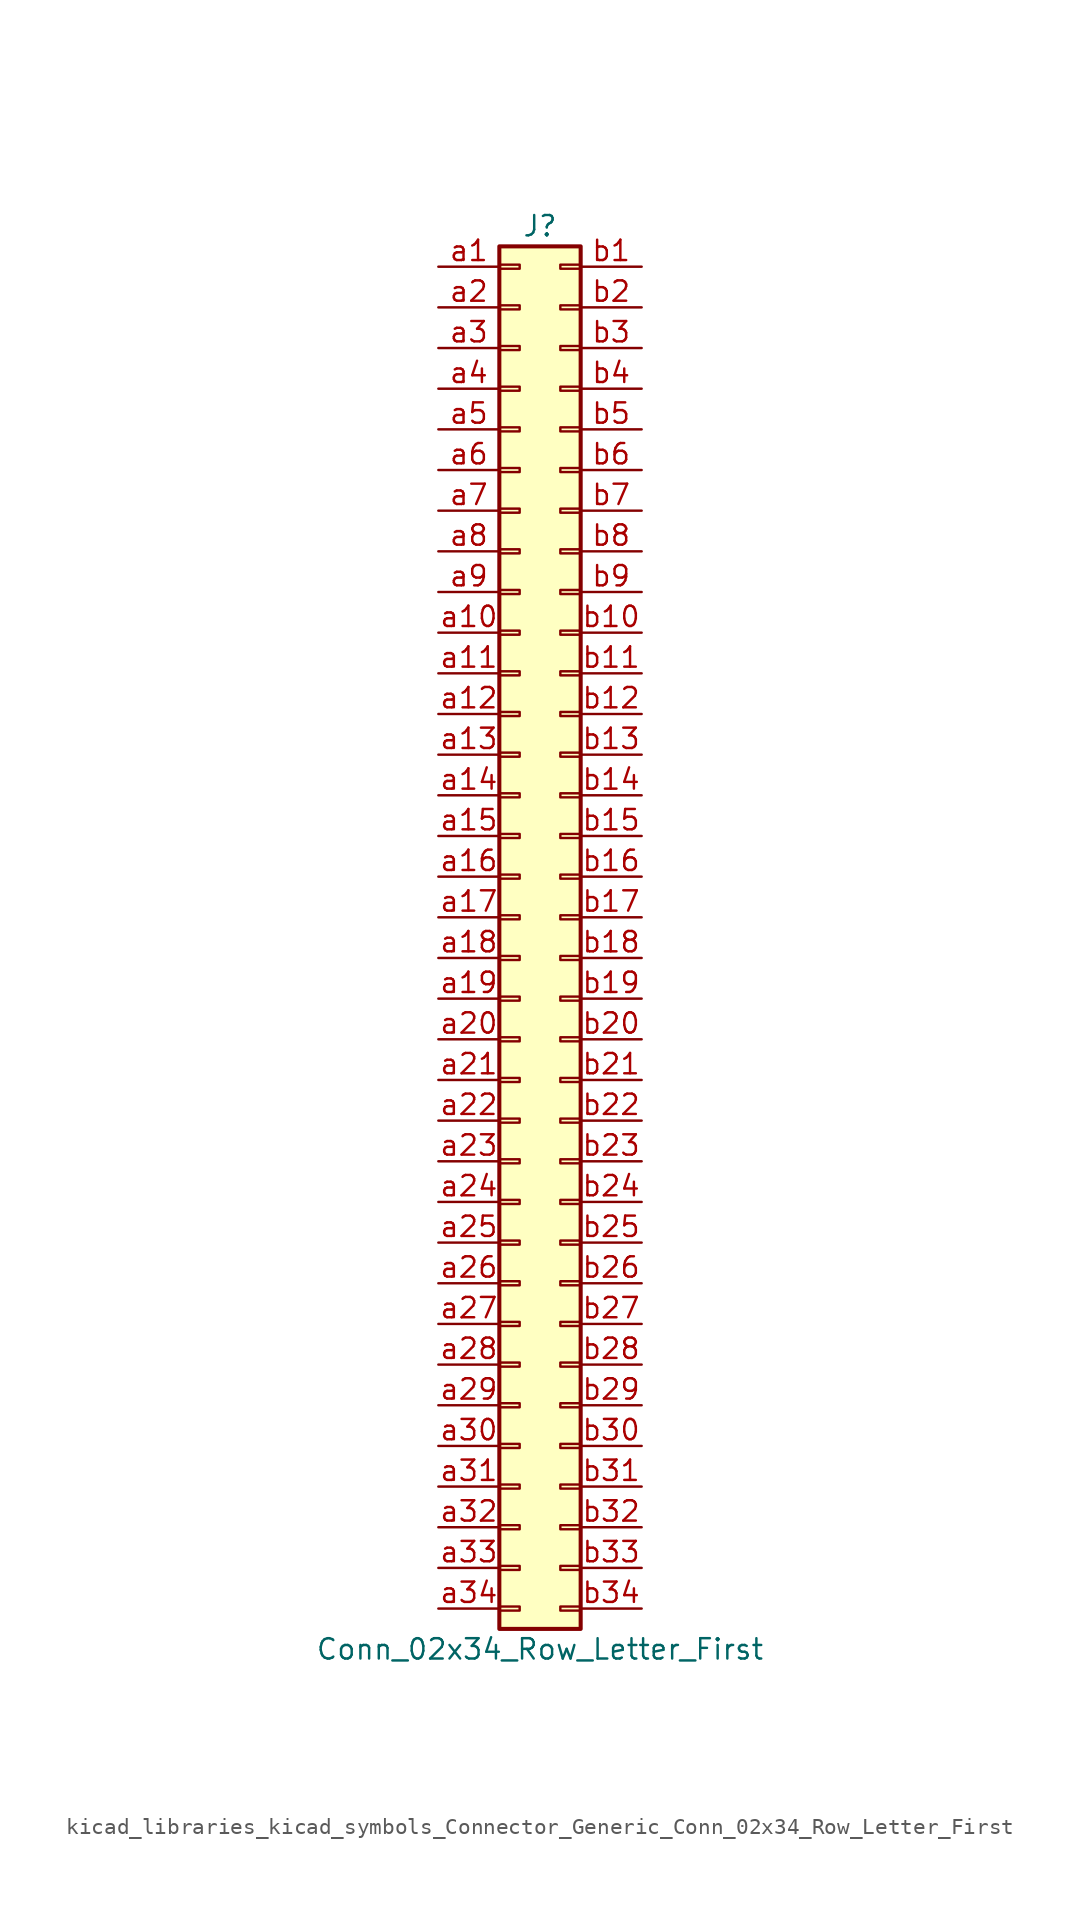
<source format=kicad_sym>
(kicad_symbol_lib
  (version 20220914)
  (generator kicad_symbol_editor)
  (symbol "kicad_libraries_kicad_symbols_Connector_Generic_Conn_02x34_Row_Letter_First"
    (pin_names
      (offset 1.016) hide)
    (property "Reference" "J"
      (at 1.27 43.18 0)
      (effects (font (size 1.27 1.27))))
    (property "Value" "Conn_02x34_Row_Letter_First"
      (at 1.27 -45.72 0)
      (effects (font (size 1.27 1.27))))
    (symbol "kicad_libraries_kicad_symbols_Connector_Generic_Conn_02x34_Row_Letter_First_1_1"
      (rectangle (start -1.27 -43.053) (end 0 -43.307) (stroke (width 0.152) (type default)) (fill (type none)))
      (rectangle (start -1.27 -40.513) (end 0 -40.767) (stroke (width 0.152) (type default)) (fill (type none)))
      (rectangle (start -1.27 -37.973) (end 0 -38.227) (stroke (width 0.152) (type default)) (fill (type none)))
      (rectangle (start -1.27 -35.433) (end 0 -35.687) (stroke (width 0.152) (type default)) (fill (type none)))
      (rectangle (start -1.27 -32.893) (end 0 -33.147) (stroke (width 0.152) (type default)) (fill (type none)))
      (rectangle (start -1.27 -30.353) (end 0 -30.607) (stroke (width 0.152) (type default)) (fill (type none)))
      (rectangle (start -1.27 -27.813) (end 0 -28.067) (stroke (width 0.152) (type default)) (fill (type none)))
      (rectangle (start -1.27 -25.273) (end 0 -25.527) (stroke (width 0.152) (type default)) (fill (type none)))
      (rectangle (start -1.27 -22.733) (end 0 -22.987) (stroke (width 0.152) (type default)) (fill (type none)))
      (rectangle (start -1.27 -20.193) (end 0 -20.447) (stroke (width 0.152) (type default)) (fill (type none)))
      (rectangle (start -1.27 -17.653) (end 0 -17.907) (stroke (width 0.152) (type default)) (fill (type none)))
      (rectangle (start -1.27 -15.113) (end 0 -15.367) (stroke (width 0.152) (type default)) (fill (type none)))
      (rectangle (start -1.27 -12.573) (end 0 -12.827) (stroke (width 0.152) (type default)) (fill (type none)))
      (rectangle (start -1.27 -10.033) (end 0 -10.287) (stroke (width 0.152) (type default)) (fill (type none)))
      (rectangle (start -1.27 -7.493) (end 0 -7.747) (stroke (width 0.152) (type default)) (fill (type none)))
      (rectangle (start -1.27 -4.953) (end 0 -5.207) (stroke (width 0.152) (type default)) (fill (type none)))
      (rectangle (start -1.27 -2.413) (end 0 -2.667) (stroke (width 0.152) (type default)) (fill (type none)))
      (rectangle (start -1.27 0.127) (end 0 -0.127) (stroke (width 0.152) (type default)) (fill (type none)))
      (rectangle (start -1.27 2.667) (end 0 2.413) (stroke (width 0.152) (type default)) (fill (type none)))
      (rectangle (start -1.27 5.207) (end 0 4.953) (stroke (width 0.152) (type default)) (fill (type none)))
      (rectangle (start -1.27 7.747) (end 0 7.493) (stroke (width 0.152) (type default)) (fill (type none)))
      (rectangle (start -1.27 10.287) (end 0 10.033) (stroke (width 0.152) (type default)) (fill (type none)))
      (rectangle (start -1.27 12.827) (end 0 12.573) (stroke (width 0.152) (type default)) (fill (type none)))
      (rectangle (start -1.27 15.367) (end 0 15.113) (stroke (width 0.152) (type default)) (fill (type none)))
      (rectangle (start -1.27 17.907) (end 0 17.653) (stroke (width 0.152) (type default)) (fill (type none)))
      (rectangle (start -1.27 20.447) (end 0 20.193) (stroke (width 0.152) (type default)) (fill (type none)))
      (rectangle (start -1.27 22.987) (end 0 22.733) (stroke (width 0.152) (type default)) (fill (type none)))
      (rectangle (start -1.27 25.527) (end 0 25.273) (stroke (width 0.152) (type default)) (fill (type none)))
      (rectangle (start -1.27 28.067) (end 0 27.813) (stroke (width 0.152) (type default)) (fill (type none)))
      (rectangle (start -1.27 30.607) (end 0 30.353) (stroke (width 0.152) (type default)) (fill (type none)))
      (rectangle (start -1.27 33.147) (end 0 32.893) (stroke (width 0.152) (type default)) (fill (type none)))
      (rectangle (start -1.27 35.687) (end 0 35.433) (stroke (width 0.152) (type default)) (fill (type none)))
      (rectangle (start -1.27 38.227) (end 0 37.973) (stroke (width 0.152) (type default)) (fill (type none)))
      (rectangle (start -1.27 40.767) (end 0 40.513) (stroke (width 0.152) (type default)) (fill (type none)))
      (rectangle (start -1.27 41.91) (end 3.81 -44.45) (stroke (width 0.254) (type default)) (fill (type background)))
      (rectangle (start 3.81 -43.053) (end 2.54 -43.307) (stroke (width 0.152) (type default)) (fill (type none)))
      (rectangle (start 3.81 -40.513) (end 2.54 -40.767) (stroke (width 0.152) (type default)) (fill (type none)))
      (rectangle (start 3.81 -37.973) (end 2.54 -38.227) (stroke (width 0.152) (type default)) (fill (type none)))
      (rectangle (start 3.81 -35.433) (end 2.54 -35.687) (stroke (width 0.152) (type default)) (fill (type none)))
      (rectangle (start 3.81 -32.893) (end 2.54 -33.147) (stroke (width 0.152) (type default)) (fill (type none)))
      (rectangle (start 3.81 -30.353) (end 2.54 -30.607) (stroke (width 0.152) (type default)) (fill (type none)))
      (rectangle (start 3.81 -27.813) (end 2.54 -28.067) (stroke (width 0.152) (type default)) (fill (type none)))
      (rectangle (start 3.81 -25.273) (end 2.54 -25.527) (stroke (width 0.152) (type default)) (fill (type none)))
      (rectangle (start 3.81 -22.733) (end 2.54 -22.987) (stroke (width 0.152) (type default)) (fill (type none)))
      (rectangle (start 3.81 -20.193) (end 2.54 -20.447) (stroke (width 0.152) (type default)) (fill (type none)))
      (rectangle (start 3.81 -17.653) (end 2.54 -17.907) (stroke (width 0.152) (type default)) (fill (type none)))
      (rectangle (start 3.81 -15.113) (end 2.54 -15.367) (stroke (width 0.152) (type default)) (fill (type none)))
      (rectangle (start 3.81 -12.573) (end 2.54 -12.827) (stroke (width 0.152) (type default)) (fill (type none)))
      (rectangle (start 3.81 -10.033) (end 2.54 -10.287) (stroke (width 0.152) (type default)) (fill (type none)))
      (rectangle (start 3.81 -7.493) (end 2.54 -7.747) (stroke (width 0.152) (type default)) (fill (type none)))
      (rectangle (start 3.81 -4.953) (end 2.54 -5.207) (stroke (width 0.152) (type default)) (fill (type none)))
      (rectangle (start 3.81 -2.413) (end 2.54 -2.667) (stroke (width 0.152) (type default)) (fill (type none)))
      (rectangle (start 3.81 0.127) (end 2.54 -0.127) (stroke (width 0.152) (type default)) (fill (type none)))
      (rectangle (start 3.81 2.667) (end 2.54 2.413) (stroke (width 0.152) (type default)) (fill (type none)))
      (rectangle (start 3.81 5.207) (end 2.54 4.953) (stroke (width 0.152) (type default)) (fill (type none)))
      (rectangle (start 3.81 7.747) (end 2.54 7.493) (stroke (width 0.152) (type default)) (fill (type none)))
      (rectangle (start 3.81 10.287) (end 2.54 10.033) (stroke (width 0.152) (type default)) (fill (type none)))
      (rectangle (start 3.81 12.827) (end 2.54 12.573) (stroke (width 0.152) (type default)) (fill (type none)))
      (rectangle (start 3.81 15.367) (end 2.54 15.113) (stroke (width 0.152) (type default)) (fill (type none)))
      (rectangle (start 3.81 17.907) (end 2.54 17.653) (stroke (width 0.152) (type default)) (fill (type none)))
      (rectangle (start 3.81 20.447) (end 2.54 20.193) (stroke (width 0.152) (type default)) (fill (type none)))
      (rectangle (start 3.81 22.987) (end 2.54 22.733) (stroke (width 0.152) (type default)) (fill (type none)))
      (rectangle (start 3.81 25.527) (end 2.54 25.273) (stroke (width 0.152) (type default)) (fill (type none)))
      (rectangle (start 3.81 28.067) (end 2.54 27.813) (stroke (width 0.152) (type default)) (fill (type none)))
      (rectangle (start 3.81 30.607) (end 2.54 30.353) (stroke (width 0.152) (type default)) (fill (type none)))
      (rectangle (start 3.81 33.147) (end 2.54 32.893) (stroke (width 0.152) (type default)) (fill (type none)))
      (rectangle (start 3.81 35.687) (end 2.54 35.433) (stroke (width 0.152) (type default)) (fill (type none)))
      (rectangle (start 3.81 38.227) (end 2.54 37.973) (stroke (width 0.152) (type default)) (fill (type none)))
      (rectangle (start 3.81 40.767) (end 2.54 40.513) (stroke (width 0.152) (type default)) (fill (type none)))
      (pin passive line (at -5.08 40.64 0) (length 3.81) (name "Pin_a1" (effects (font (size 1.27 1.27)))) (number "a1" (effects (font (size 1.27 1.27)))))
      (pin passive line (at -5.08 17.78 0) (length 3.81) (name "Pin_a10" (effects (font (size 1.27 1.27)))) (number "a10" (effects (font (size 1.27 1.27)))))
      (pin passive line (at -5.08 15.24 0) (length 3.81) (name "Pin_a11" (effects (font (size 1.27 1.27)))) (number "a11" (effects (font (size 1.27 1.27)))))
      (pin passive line (at -5.08 12.7 0) (length 3.81) (name "Pin_a12" (effects (font (size 1.27 1.27)))) (number "a12" (effects (font (size 1.27 1.27)))))
      (pin passive line (at -5.08 10.16 0) (length 3.81) (name "Pin_a13" (effects (font (size 1.27 1.27)))) (number "a13" (effects (font (size 1.27 1.27)))))
      (pin passive line (at -5.08 7.62 0) (length 3.81) (name "Pin_a14" (effects (font (size 1.27 1.27)))) (number "a14" (effects (font (size 1.27 1.27)))))
      (pin passive line (at -5.08 5.08 0) (length 3.81) (name "Pin_a15" (effects (font (size 1.27 1.27)))) (number "a15" (effects (font (size 1.27 1.27)))))
      (pin passive line (at -5.08 2.54 0) (length 3.81) (name "Pin_a16" (effects (font (size 1.27 1.27)))) (number "a16" (effects (font (size 1.27 1.27)))))
      (pin passive line (at -5.08 0 0) (length 3.81) (name "Pin_a17" (effects (font (size 1.27 1.27)))) (number "a17" (effects (font (size 1.27 1.27)))))
      (pin passive line (at -5.08 -2.54 0) (length 3.81) (name "Pin_a18" (effects (font (size 1.27 1.27)))) (number "a18" (effects (font (size 1.27 1.27)))))
      (pin passive line (at -5.08 -5.08 0) (length 3.81) (name "Pin_a19" (effects (font (size 1.27 1.27)))) (number "a19" (effects (font (size 1.27 1.27)))))
      (pin passive line (at -5.08 38.1 0) (length 3.81) (name "Pin_a2" (effects (font (size 1.27 1.27)))) (number "a2" (effects (font (size 1.27 1.27)))))
      (pin passive line (at -5.08 -7.62 0) (length 3.81) (name "Pin_a20" (effects (font (size 1.27 1.27)))) (number "a20" (effects (font (size 1.27 1.27)))))
      (pin passive line (at -5.08 -10.16 0) (length 3.81) (name "Pin_a21" (effects (font (size 1.27 1.27)))) (number "a21" (effects (font (size 1.27 1.27)))))
      (pin passive line (at -5.08 -12.7 0) (length 3.81) (name "Pin_a22" (effects (font (size 1.27 1.27)))) (number "a22" (effects (font (size 1.27 1.27)))))
      (pin passive line (at -5.08 -15.24 0) (length 3.81) (name "Pin_a23" (effects (font (size 1.27 1.27)))) (number "a23" (effects (font (size 1.27 1.27)))))
      (pin passive line (at -5.08 -17.78 0) (length 3.81) (name "Pin_a24" (effects (font (size 1.27 1.27)))) (number "a24" (effects (font (size 1.27 1.27)))))
      (pin passive line (at -5.08 -20.32 0) (length 3.81) (name "Pin_a25" (effects (font (size 1.27 1.27)))) (number "a25" (effects (font (size 1.27 1.27)))))
      (pin passive line (at -5.08 -22.86 0) (length 3.81) (name "Pin_a26" (effects (font (size 1.27 1.27)))) (number "a26" (effects (font (size 1.27 1.27)))))
      (pin passive line (at -5.08 -25.4 0) (length 3.81) (name "Pin_a27" (effects (font (size 1.27 1.27)))) (number "a27" (effects (font (size 1.27 1.27)))))
      (pin passive line (at -5.08 -27.94 0) (length 3.81) (name "Pin_a28" (effects (font (size 1.27 1.27)))) (number "a28" (effects (font (size 1.27 1.27)))))
      (pin passive line (at -5.08 -30.48 0) (length 3.81) (name "Pin_a29" (effects (font (size 1.27 1.27)))) (number "a29" (effects (font (size 1.27 1.27)))))
      (pin passive line (at -5.08 35.56 0) (length 3.81) (name "Pin_a3" (effects (font (size 1.27 1.27)))) (number "a3" (effects (font (size 1.27 1.27)))))
      (pin passive line (at -5.08 -33.02 0) (length 3.81) (name "Pin_a30" (effects (font (size 1.27 1.27)))) (number "a30" (effects (font (size 1.27 1.27)))))
      (pin passive line (at -5.08 -35.56 0) (length 3.81) (name "Pin_a31" (effects (font (size 1.27 1.27)))) (number "a31" (effects (font (size 1.27 1.27)))))
      (pin passive line (at -5.08 -38.1 0) (length 3.81) (name "Pin_a32" (effects (font (size 1.27 1.27)))) (number "a32" (effects (font (size 1.27 1.27)))))
      (pin passive line (at -5.08 -40.64 0) (length 3.81) (name "Pin_a33" (effects (font (size 1.27 1.27)))) (number "a33" (effects (font (size 1.27 1.27)))))
      (pin passive line (at -5.08 -43.18 0) (length 3.81) (name "Pin_a34" (effects (font (size 1.27 1.27)))) (number "a34" (effects (font (size 1.27 1.27)))))
      (pin passive line (at -5.08 33.02 0) (length 3.81) (name "Pin_a4" (effects (font (size 1.27 1.27)))) (number "a4" (effects (font (size 1.27 1.27)))))
      (pin passive line (at -5.08 30.48 0) (length 3.81) (name "Pin_a5" (effects (font (size 1.27 1.27)))) (number "a5" (effects (font (size 1.27 1.27)))))
      (pin passive line (at -5.08 27.94 0) (length 3.81) (name "Pin_a6" (effects (font (size 1.27 1.27)))) (number "a6" (effects (font (size 1.27 1.27)))))
      (pin passive line (at -5.08 25.4 0) (length 3.81) (name "Pin_a7" (effects (font (size 1.27 1.27)))) (number "a7" (effects (font (size 1.27 1.27)))))
      (pin passive line (at -5.08 22.86 0) (length 3.81) (name "Pin_a8" (effects (font (size 1.27 1.27)))) (number "a8" (effects (font (size 1.27 1.27)))))
      (pin passive line (at -5.08 20.32 0) (length 3.81) (name "Pin_a9" (effects (font (size 1.27 1.27)))) (number "a9" (effects (font (size 1.27 1.27)))))
      (pin passive line (at 7.62 40.64 180) (length 3.81) (name "Pin_b1" (effects (font (size 1.27 1.27)))) (number "b1" (effects (font (size 1.27 1.27)))))
      (pin passive line (at 7.62 17.78 180) (length 3.81) (name "Pin_b10" (effects (font (size 1.27 1.27)))) (number "b10" (effects (font (size 1.27 1.27)))))
      (pin passive line (at 7.62 15.24 180) (length 3.81) (name "Pin_b11" (effects (font (size 1.27 1.27)))) (number "b11" (effects (font (size 1.27 1.27)))))
      (pin passive line (at 7.62 12.7 180) (length 3.81) (name "Pin_b12" (effects (font (size 1.27 1.27)))) (number "b12" (effects (font (size 1.27 1.27)))))
      (pin passive line (at 7.62 10.16 180) (length 3.81) (name "Pin_b13" (effects (font (size 1.27 1.27)))) (number "b13" (effects (font (size 1.27 1.27)))))
      (pin passive line (at 7.62 7.62 180) (length 3.81) (name "Pin_b14" (effects (font (size 1.27 1.27)))) (number "b14" (effects (font (size 1.27 1.27)))))
      (pin passive line (at 7.62 5.08 180) (length 3.81) (name "Pin_b15" (effects (font (size 1.27 1.27)))) (number "b15" (effects (font (size 1.27 1.27)))))
      (pin passive line (at 7.62 2.54 180) (length 3.81) (name "Pin_b16" (effects (font (size 1.27 1.27)))) (number "b16" (effects (font (size 1.27 1.27)))))
      (pin passive line (at 7.62 0 180) (length 3.81) (name "Pin_b17" (effects (font (size 1.27 1.27)))) (number "b17" (effects (font (size 1.27 1.27)))))
      (pin passive line (at 7.62 -2.54 180) (length 3.81) (name "Pin_b18" (effects (font (size 1.27 1.27)))) (number "b18" (effects (font (size 1.27 1.27)))))
      (pin passive line (at 7.62 -5.08 180) (length 3.81) (name "Pin_b19" (effects (font (size 1.27 1.27)))) (number "b19" (effects (font (size 1.27 1.27)))))
      (pin passive line (at 7.62 38.1 180) (length 3.81) (name "Pin_b2" (effects (font (size 1.27 1.27)))) (number "b2" (effects (font (size 1.27 1.27)))))
      (pin passive line (at 7.62 -7.62 180) (length 3.81) (name "Pin_b20" (effects (font (size 1.27 1.27)))) (number "b20" (effects (font (size 1.27 1.27)))))
      (pin passive line (at 7.62 -10.16 180) (length 3.81) (name "Pin_b21" (effects (font (size 1.27 1.27)))) (number "b21" (effects (font (size 1.27 1.27)))))
      (pin passive line (at 7.62 -12.7 180) (length 3.81) (name "Pin_b22" (effects (font (size 1.27 1.27)))) (number "b22" (effects (font (size 1.27 1.27)))))
      (pin passive line (at 7.62 -15.24 180) (length 3.81) (name "Pin_b23" (effects (font (size 1.27 1.27)))) (number "b23" (effects (font (size 1.27 1.27)))))
      (pin passive line (at 7.62 -17.78 180) (length 3.81) (name "Pin_b24" (effects (font (size 1.27 1.27)))) (number "b24" (effects (font (size 1.27 1.27)))))
      (pin passive line (at 7.62 -20.32 180) (length 3.81) (name "Pin_b25" (effects (font (size 1.27 1.27)))) (number "b25" (effects (font (size 1.27 1.27)))))
      (pin passive line (at 7.62 -22.86 180) (length 3.81) (name "Pin_b26" (effects (font (size 1.27 1.27)))) (number "b26" (effects (font (size 1.27 1.27)))))
      (pin passive line (at 7.62 -25.4 180) (length 3.81) (name "Pin_b27" (effects (font (size 1.27 1.27)))) (number "b27" (effects (font (size 1.27 1.27)))))
      (pin passive line (at 7.62 -27.94 180) (length 3.81) (name "Pin_b28" (effects (font (size 1.27 1.27)))) (number "b28" (effects (font (size 1.27 1.27)))))
      (pin passive line (at 7.62 -30.48 180) (length 3.81) (name "Pin_b29" (effects (font (size 1.27 1.27)))) (number "b29" (effects (font (size 1.27 1.27)))))
      (pin passive line (at 7.62 35.56 180) (length 3.81) (name "Pin_b3" (effects (font (size 1.27 1.27)))) (number "b3" (effects (font (size 1.27 1.27)))))
      (pin passive line (at 7.62 -33.02 180) (length 3.81) (name "Pin_b30" (effects (font (size 1.27 1.27)))) (number "b30" (effects (font (size 1.27 1.27)))))
      (pin passive line (at 7.62 -35.56 180) (length 3.81) (name "Pin_b31" (effects (font (size 1.27 1.27)))) (number "b31" (effects (font (size 1.27 1.27)))))
      (pin passive line (at 7.62 -38.1 180) (length 3.81) (name "Pin_b32" (effects (font (size 1.27 1.27)))) (number "b32" (effects (font (size 1.27 1.27)))))
      (pin passive line (at 7.62 -40.64 180) (length 3.81) (name "Pin_b33" (effects (font (size 1.27 1.27)))) (number "b33" (effects (font (size 1.27 1.27)))))
      (pin passive line (at 7.62 -43.18 180) (length 3.81) (name "Pin_b34" (effects (font (size 1.27 1.27)))) (number "b34" (effects (font (size 1.27 1.27)))))
      (pin passive line (at 7.62 33.02 180) (length 3.81) (name "Pin_b4" (effects (font (size 1.27 1.27)))) (number "b4" (effects (font (size 1.27 1.27)))))
      (pin passive line (at 7.62 30.48 180) (length 3.81) (name "Pin_b5" (effects (font (size 1.27 1.27)))) (number "b5" (effects (font (size 1.27 1.27)))))
      (pin passive line (at 7.62 27.94 180) (length 3.81) (name "Pin_b6" (effects (font (size 1.27 1.27)))) (number "b6" (effects (font (size 1.27 1.27)))))
      (pin passive line (at 7.62 25.4 180) (length 3.81) (name "Pin_b7" (effects (font (size 1.27 1.27)))) (number "b7" (effects (font (size 1.27 1.27)))))
      (pin passive line (at 7.62 22.86 180) (length 3.81) (name "Pin_b8" (effects (font (size 1.27 1.27)))) (number "b8" (effects (font (size 1.27 1.27)))))
      (pin passive line (at 7.62 20.32 180) (length 3.81) (name "Pin_b9" (effects (font (size 1.27 1.27)))) (number "b9" (effects (font (size 1.27 1.27))))))))
</source>
